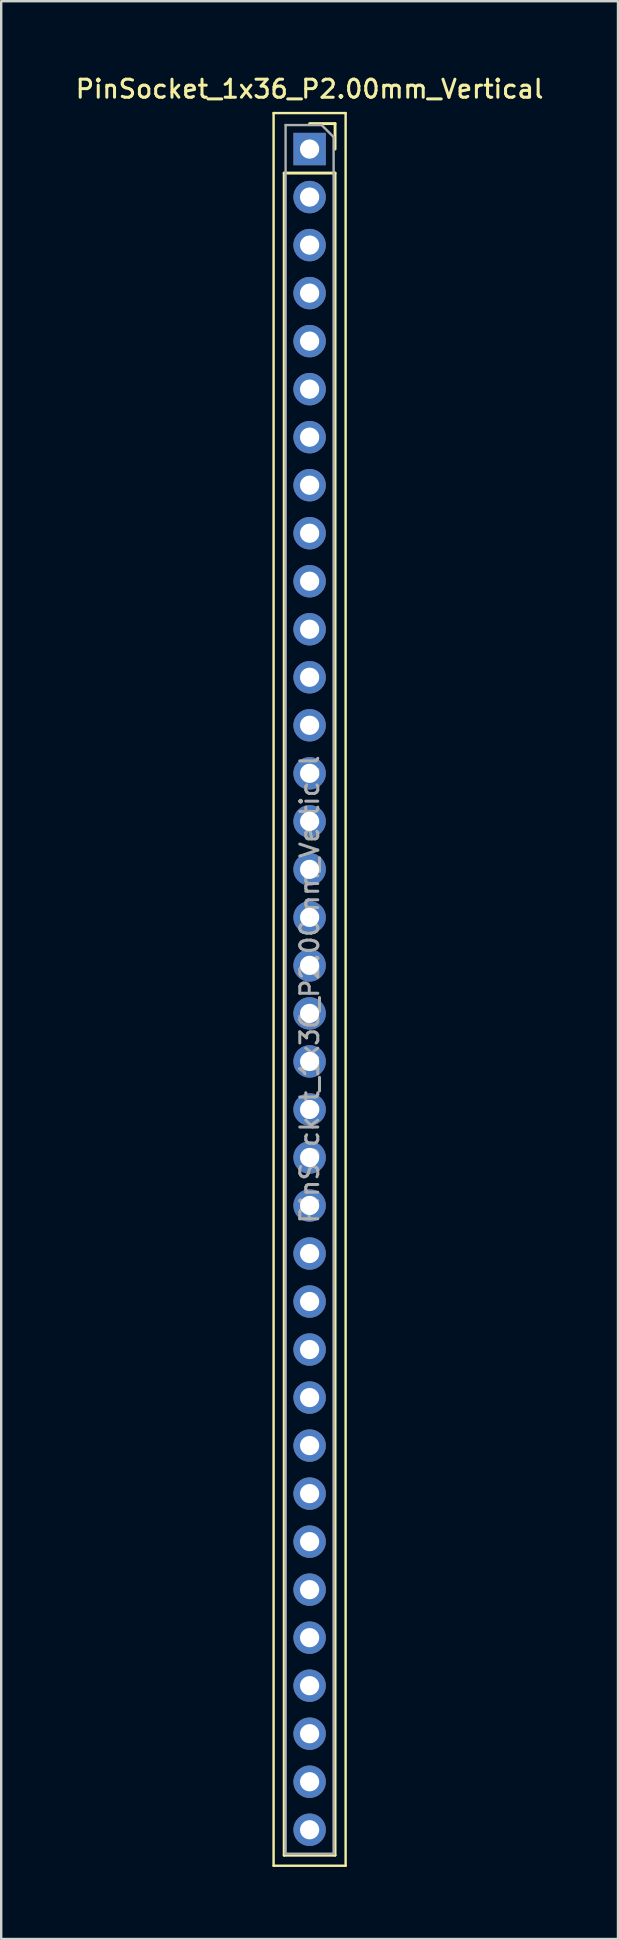
<source format=kicad_pcb>
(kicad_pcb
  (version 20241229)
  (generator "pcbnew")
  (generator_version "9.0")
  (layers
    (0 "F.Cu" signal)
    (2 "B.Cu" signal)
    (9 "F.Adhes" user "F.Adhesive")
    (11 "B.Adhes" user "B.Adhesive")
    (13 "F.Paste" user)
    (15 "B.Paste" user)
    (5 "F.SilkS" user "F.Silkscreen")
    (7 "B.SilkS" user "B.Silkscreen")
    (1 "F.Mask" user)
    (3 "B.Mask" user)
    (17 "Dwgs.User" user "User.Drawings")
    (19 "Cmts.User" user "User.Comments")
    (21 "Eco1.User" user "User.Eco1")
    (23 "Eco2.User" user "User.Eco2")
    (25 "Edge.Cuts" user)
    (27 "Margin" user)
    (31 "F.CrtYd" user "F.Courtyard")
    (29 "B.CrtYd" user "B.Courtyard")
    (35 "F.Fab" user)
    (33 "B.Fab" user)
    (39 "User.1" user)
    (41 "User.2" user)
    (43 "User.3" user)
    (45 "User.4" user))
  (footprint "PinSocket_1x36_P2.00mm_Vertical"
    (layer "F.Cu")
    (at 9.845 3.158)
    (property "Reference" "PinSocket_1x36_P2.00mm_Vertical" (at 0 -2.5 0) (layer "F.SilkS") (effects (font (size 0.75 0.75) (thickness 0.125))))
    (attr through_hole)
    (fp_line (start -1.5 -1.5) (end 1.5 -1.5) (stroke (width 0.1) (type solid)) (layer "F.SilkS"))
    (fp_line (start -1.5 71.5) (end -1.5 -1.5) (stroke (width 0.1) (type solid)) (layer "F.SilkS"))
    (fp_line (start -1.06 1) (end -1.06 71.06) (stroke (width 0.12) (type solid)) (layer "F.SilkS"))
    (fp_line (start -1.06 1) (end 1.06 1) (stroke (width 0.12) (type solid)) (layer "F.SilkS"))
    (fp_line (start -1.06 71.06) (end 1.06 71.06) (stroke (width 0.12) (type solid)) (layer "F.SilkS"))
    (fp_line (start 0 -1.06) (end 1.06 -1.06) (stroke (width 0.12) (type solid)) (layer "F.SilkS"))
    (fp_line (start 1.06 -1.06) (end 1.06 0) (stroke (width 0.12) (type solid)) (layer "F.SilkS"))
    (fp_line (start 1.06 1) (end 1.06 71.06) (stroke (width 0.12) (type solid)) (layer "F.SilkS"))
    (fp_line (start 1.5 -1.5) (end 1.5 71.5) (stroke (width 0.1) (type solid)) (layer "F.SilkS"))
    (fp_line (start 1.5 71.5) (end -1.5 71.5) (stroke (width 0.1) (type solid)) (layer "F.SilkS"))
    (fp_line (start -1 -1) (end 0.5 -1) (stroke (width 0.1) (type solid)) (layer "F.Fab"))
    (fp_line (start -1 71) (end -1 -1) (stroke (width 0.1) (type solid)) (layer "F.Fab"))
    (fp_line (start 0.5 -1) (end 1 -0.5) (stroke (width 0.1) (type solid)) (layer "F.Fab"))
    (fp_line (start 1 -0.5) (end 1 71) (stroke (width 0.1) (type solid)) (layer "F.Fab"))
    (fp_line (start 1 71) (end -1 71) (stroke (width 0.1) (type solid)) (layer "F.Fab"))
    (fp_text user "${REFERENCE}" (at 0 35 90) (layer "F.Fab") (effects (font (size 0.75 0.75) (thickness 0.125))))
    (pad "1" thru_hole rect (at 0 0) (size 1.35 1.35) (drill 0.8) (layers "*.Cu" "*.Mask"))
    (pad "2" thru_hole oval (at 0 2) (size 1.35 1.35) (drill 0.8) (layers "*.Cu" "*.Mask"))
    (pad "3" thru_hole oval (at 0 4) (size 1.35 1.35) (drill 0.8) (layers "*.Cu" "*.Mask"))
    (pad "4" thru_hole oval (at 0 6) (size 1.35 1.35) (drill 0.8) (layers "*.Cu" "*.Mask"))
    (pad "5" thru_hole oval (at 0 8) (size 1.35 1.35) (drill 0.8) (layers "*.Cu" "*.Mask"))
    (pad "6" thru_hole oval (at 0 10) (size 1.35 1.35) (drill 0.8) (layers "*.Cu" "*.Mask"))
    (pad "7" thru_hole oval (at 0 12) (size 1.35 1.35) (drill 0.8) (layers "*.Cu" "*.Mask"))
    (pad "8" thru_hole oval (at 0 14) (size 1.35 1.35) (drill 0.8) (layers "*.Cu" "*.Mask"))
    (pad "9" thru_hole oval (at 0 16) (size 1.35 1.35) (drill 0.8) (layers "*.Cu" "*.Mask"))
    (pad "10" thru_hole oval (at 0 18) (size 1.35 1.35) (drill 0.8) (layers "*.Cu" "*.Mask"))
    (pad "11" thru_hole oval (at 0 20) (size 1.35 1.35) (drill 0.8) (layers "*.Cu" "*.Mask"))
    (pad "12" thru_hole oval (at 0 22) (size 1.35 1.35) (drill 0.8) (layers "*.Cu" "*.Mask"))
    (pad "13" thru_hole oval (at 0 24) (size 1.35 1.35) (drill 0.8) (layers "*.Cu" "*.Mask"))
    (pad "14" thru_hole oval (at 0 26) (size 1.35 1.35) (drill 0.8) (layers "*.Cu" "*.Mask"))
    (pad "15" thru_hole oval (at 0 28) (size 1.35 1.35) (drill 0.8) (layers "*.Cu" "*.Mask"))
    (pad "16" thru_hole oval (at 0 30) (size 1.35 1.35) (drill 0.8) (layers "*.Cu" "*.Mask"))
    (pad "17" thru_hole oval (at 0 32) (size 1.35 1.35) (drill 0.8) (layers "*.Cu" "*.Mask"))
    (pad "18" thru_hole oval (at 0 34) (size 1.35 1.35) (drill 0.8) (layers "*.Cu" "*.Mask"))
    (pad "19" thru_hole oval (at 0 36) (size 1.35 1.35) (drill 0.8) (layers "*.Cu" "*.Mask"))
    (pad "20" thru_hole oval (at 0 38) (size 1.35 1.35) (drill 0.8) (layers "*.Cu" "*.Mask"))
    (pad "21" thru_hole oval (at 0 40) (size 1.35 1.35) (drill 0.8) (layers "*.Cu" "*.Mask"))
    (pad "22" thru_hole oval (at 0 42) (size 1.35 1.35) (drill 0.8) (layers "*.Cu" "*.Mask"))
    (pad "23" thru_hole oval (at 0 44) (size 1.35 1.35) (drill 0.8) (layers "*.Cu" "*.Mask"))
    (pad "24" thru_hole oval (at 0 46) (size 1.35 1.35) (drill 0.8) (layers "*.Cu" "*.Mask"))
    (pad "25" thru_hole oval (at 0 48) (size 1.35 1.35) (drill 0.8) (layers "*.Cu" "*.Mask"))
    (pad "26" thru_hole oval (at 0 50) (size 1.35 1.35) (drill 0.8) (layers "*.Cu" "*.Mask"))
    (pad "27" thru_hole oval (at 0 52) (size 1.35 1.35) (drill 0.8) (layers "*.Cu" "*.Mask"))
    (pad "28" thru_hole oval (at 0 54) (size 1.35 1.35) (drill 0.8) (layers "*.Cu" "*.Mask"))
    (pad "29" thru_hole oval (at 0 56) (size 1.35 1.35) (drill 0.8) (layers "*.Cu" "*.Mask"))
    (pad "30" thru_hole oval (at 0 58) (size 1.35 1.35) (drill 0.8) (layers "*.Cu" "*.Mask"))
    (pad "31" thru_hole oval (at 0 60) (size 1.35 1.35) (drill 0.8) (layers "*.Cu" "*.Mask"))
    (pad "32" thru_hole oval (at 0 62) (size 1.35 1.35) (drill 0.8) (layers "*.Cu" "*.Mask"))
    (pad "33" thru_hole oval (at 0 64) (size 1.35 1.35) (drill 0.8) (layers "*.Cu" "*.Mask"))
    (pad "34" thru_hole oval (at 0 66) (size 1.35 1.35) (drill 0.8) (layers "*.Cu" "*.Mask"))
    (pad "35" thru_hole oval (at 0 68) (size 1.35 1.35) (drill 0.8) (layers "*.Cu" "*.Mask"))
    (pad "36" thru_hole oval (at 0 70) (size 1.35 1.35) (drill 0.8) (layers "*.Cu" "*.Mask")))
  (gr_rect
    (start -3 -3)
    (end 22.689 77.708)
    (stroke (width 0.1) (type default))
    (fill no)
    (layer "Edge.Cuts")))
</source>
